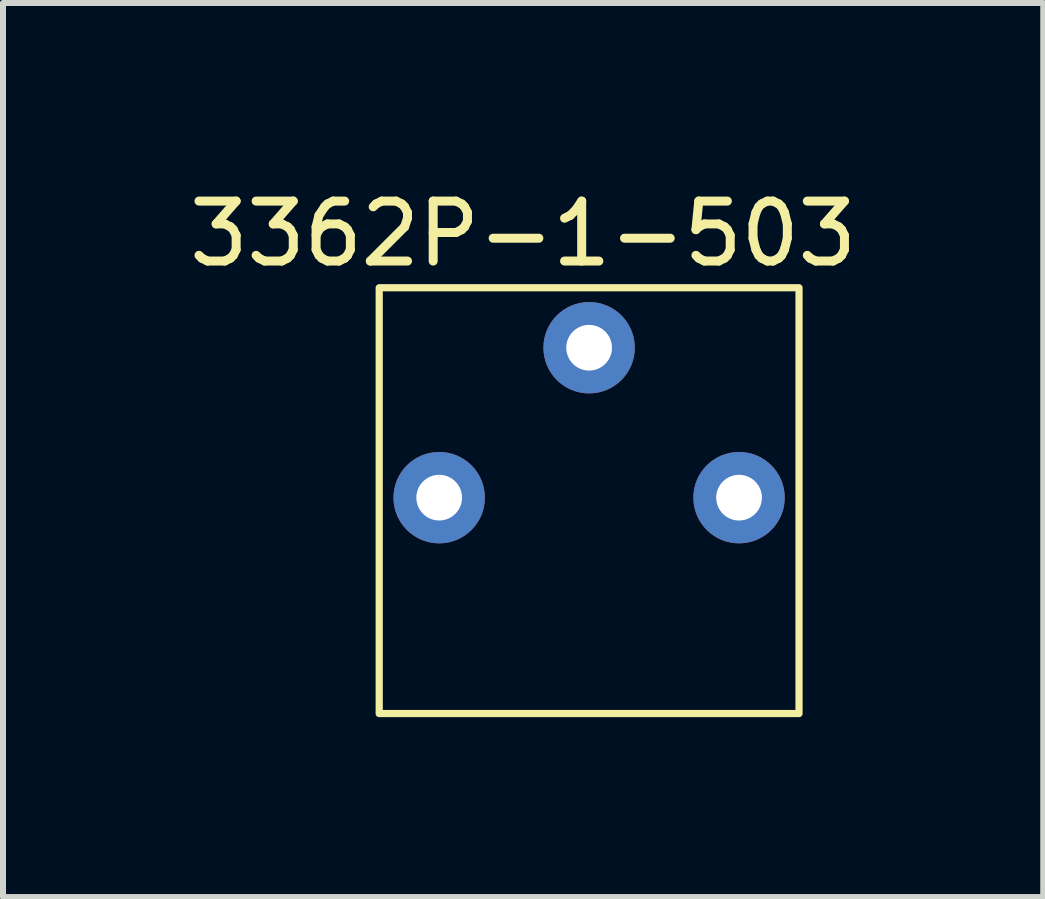
<source format=kicad_pcb>
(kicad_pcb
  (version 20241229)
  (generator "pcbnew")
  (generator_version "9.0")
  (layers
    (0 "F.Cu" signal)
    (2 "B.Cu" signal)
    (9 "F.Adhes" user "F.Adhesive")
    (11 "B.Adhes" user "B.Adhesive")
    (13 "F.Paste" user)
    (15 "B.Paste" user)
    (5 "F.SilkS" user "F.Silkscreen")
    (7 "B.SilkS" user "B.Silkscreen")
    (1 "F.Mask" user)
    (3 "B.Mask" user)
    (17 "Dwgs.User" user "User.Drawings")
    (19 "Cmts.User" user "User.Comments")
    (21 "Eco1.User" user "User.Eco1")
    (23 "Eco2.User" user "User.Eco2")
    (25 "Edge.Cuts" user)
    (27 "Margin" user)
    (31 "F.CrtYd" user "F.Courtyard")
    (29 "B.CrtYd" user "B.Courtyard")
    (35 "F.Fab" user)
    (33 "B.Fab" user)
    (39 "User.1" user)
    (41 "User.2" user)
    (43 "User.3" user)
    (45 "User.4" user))
  (footprint "3362P-1-503"
    (layer "F.Cu")
    (at 6.773 5.248)
    (property "Reference" "3362P-1-503" (at -1.1 -4.4 0) (unlocked yes) (layer "F.SilkS") (effects (font (size 1 1) (thickness 0.15))))
    (attr through_hole)
    (fp_rect (start -3.5 -3.5) (end 3.5 3.6) (stroke (width 0.12) (type solid)) (fill no) (layer "F.SilkS"))
    (pad "1" thru_hole circle (at -2.5 0) (size 1.524 1.524) (drill 0.762) (layers "*.Cu" "*.Mask"))
    (pad "2" thru_hole circle (at 0 -2.5) (size 1.524 1.524) (drill 0.762) (layers "*.Cu" "*.Mask"))
    (pad "3" thru_hole circle (at 2.5 0) (size 1.524 1.524) (drill 0.762) (layers "*.Cu" "*.Mask")))
  (gr_rect
    (start -3 -3)
    (end 14.345 11.908)
    (stroke (width 0.1) (type default))
    (fill no)
    (layer "Edge.Cuts")))
</source>
